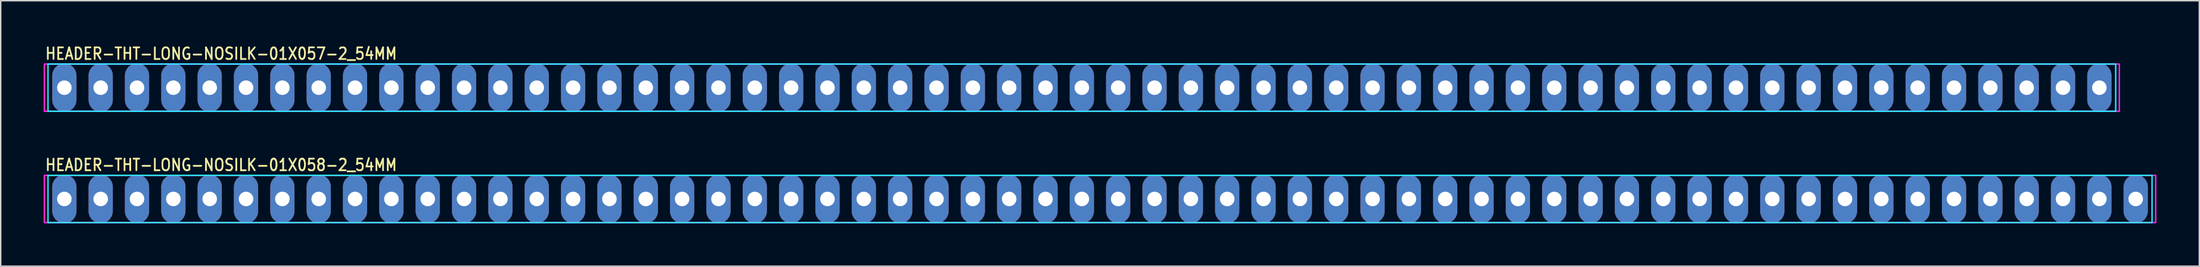
<source format=kicad_pcb>
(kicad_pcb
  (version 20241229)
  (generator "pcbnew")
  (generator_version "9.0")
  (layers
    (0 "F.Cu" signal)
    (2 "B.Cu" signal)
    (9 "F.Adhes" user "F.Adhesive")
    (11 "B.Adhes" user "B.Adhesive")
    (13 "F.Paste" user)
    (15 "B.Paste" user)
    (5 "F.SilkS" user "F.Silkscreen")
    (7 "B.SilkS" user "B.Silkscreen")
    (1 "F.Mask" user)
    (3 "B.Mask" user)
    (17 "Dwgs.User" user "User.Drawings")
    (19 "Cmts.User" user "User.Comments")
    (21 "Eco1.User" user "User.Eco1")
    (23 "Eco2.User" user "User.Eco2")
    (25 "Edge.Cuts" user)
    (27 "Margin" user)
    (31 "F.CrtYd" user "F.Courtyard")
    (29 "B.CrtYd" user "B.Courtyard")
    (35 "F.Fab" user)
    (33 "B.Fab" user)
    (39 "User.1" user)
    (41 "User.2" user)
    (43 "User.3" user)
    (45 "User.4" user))
  (footprint "HEADER-THT-LONG-NOSILK-01X058-2_54MM"
    (layer "F.Cu")
    (at 1.447 10.858)
    (property "Reference" "HEADER-THT-LONG-NOSILK-01X058-2_54MM" (at -1.4 -1.9 0) (unlocked yes) (layer "F.SilkS") (effects (font (size 0.813 0.695) (thickness 0.122)) (justify left bottom)))
    (fp_poly (pts (xy -1.143 -1.651) (xy 145.923 -1.651) (xy 145.923 1.651) (xy -1.143 1.651)) (stroke (width 0.1) (type solid)) (fill no) (layer "B.CrtYd"))
    (fp_poly (pts (xy -1.397 -1.651) (xy 146.177 -1.651) (xy 146.177 1.651) (xy -1.397 1.651)) (stroke (width 0.1) (type solid)) (fill no) (layer "F.CrtYd"))
    (pad "1" thru_hole oval (at 0 0 90) (size 3.387 1.693) (drill 1.016) (layers "*.Cu" "*.Mask"))
    (pad "2" thru_hole oval (at 2.54 0 90) (size 3.387 1.693) (drill 1.016) (layers "*.Cu" "*.Mask"))
    (pad "3" thru_hole oval (at 5.08 0 90) (size 3.387 1.693) (drill 1.016) (layers "*.Cu" "*.Mask"))
    (pad "4" thru_hole oval (at 7.62 0 90) (size 3.387 1.693) (drill 1.016) (layers "*.Cu" "*.Mask"))
    (pad "5" thru_hole oval (at 10.16 0 90) (size 3.387 1.693) (drill 1.016) (layers "*.Cu" "*.Mask"))
    (pad "6" thru_hole oval (at 12.7 0 90) (size 3.387 1.693) (drill 1.016) (layers "*.Cu" "*.Mask"))
    (pad "7" thru_hole oval (at 15.24 0 90) (size 3.387 1.693) (drill 1.016) (layers "*.Cu" "*.Mask"))
    (pad "8" thru_hole oval (at 17.78 0 90) (size 3.387 1.693) (drill 1.016) (layers "*.Cu" "*.Mask"))
    (pad "9" thru_hole oval (at 20.32 0 90) (size 3.387 1.693) (drill 1.016) (layers "*.Cu" "*.Mask"))
    (pad "10" thru_hole oval (at 22.86 0 90) (size 3.387 1.693) (drill 1.016) (layers "*.Cu" "*.Mask"))
    (pad "11" thru_hole oval (at 25.4 0 90) (size 3.387 1.693) (drill 1.016) (layers "*.Cu" "*.Mask"))
    (pad "12" thru_hole oval (at 27.94 0 90) (size 3.387 1.693) (drill 1.016) (layers "*.Cu" "*.Mask"))
    (pad "13" thru_hole oval (at 30.48 0 90) (size 3.387 1.693) (drill 1.016) (layers "*.Cu" "*.Mask"))
    (pad "14" thru_hole oval (at 33.02 0 90) (size 3.387 1.693) (drill 1.016) (layers "*.Cu" "*.Mask"))
    (pad "15" thru_hole oval (at 35.56 0 90) (size 3.387 1.693) (drill 1.016) (layers "*.Cu" "*.Mask"))
    (pad "16" thru_hole oval (at 38.1 0 90) (size 3.387 1.693) (drill 1.016) (layers "*.Cu" "*.Mask"))
    (pad "17" thru_hole oval (at 40.64 0 90) (size 3.387 1.693) (drill 1.016) (layers "*.Cu" "*.Mask"))
    (pad "18" thru_hole oval (at 43.18 0 90) (size 3.387 1.693) (drill 1.016) (layers "*.Cu" "*.Mask"))
    (pad "19" thru_hole oval (at 45.72 0 90) (size 3.387 1.693) (drill 1.016) (layers "*.Cu" "*.Mask"))
    (pad "20" thru_hole oval (at 48.26 0 90) (size 3.387 1.693) (drill 1.016) (layers "*.Cu" "*.Mask"))
    (pad "21" thru_hole oval (at 50.8 0 90) (size 3.387 1.693) (drill 1.016) (layers "*.Cu" "*.Mask"))
    (pad "22" thru_hole oval (at 53.34 0 90) (size 3.387 1.693) (drill 1.016) (layers "*.Cu" "*.Mask"))
    (pad "23" thru_hole oval (at 55.88 0 90) (size 3.387 1.693) (drill 1.016) (layers "*.Cu" "*.Mask"))
    (pad "24" thru_hole oval (at 58.42 0 90) (size 3.387 1.693) (drill 1.016) (layers "*.Cu" "*.Mask"))
    (pad "25" thru_hole oval (at 60.96 0 90) (size 3.387 1.693) (drill 1.016) (layers "*.Cu" "*.Mask"))
    (pad "26" thru_hole oval (at 63.5 0 90) (size 3.387 1.693) (drill 1.016) (layers "*.Cu" "*.Mask"))
    (pad "27" thru_hole oval (at 66.04 0 90) (size 3.387 1.693) (drill 1.016) (layers "*.Cu" "*.Mask"))
    (pad "28" thru_hole oval (at 68.58 0 90) (size 3.387 1.693) (drill 1.016) (layers "*.Cu" "*.Mask"))
    (pad "29" thru_hole oval (at 71.12 0 90) (size 3.387 1.693) (drill 1.016) (layers "*.Cu" "*.Mask"))
    (pad "30" thru_hole oval (at 73.66 0 90) (size 3.387 1.693) (drill 1.016) (layers "*.Cu" "*.Mask"))
    (pad "31" thru_hole oval (at 76.2 0 90) (size 3.387 1.693) (drill 1.016) (layers "*.Cu" "*.Mask"))
    (pad "32" thru_hole oval (at 78.74 0 90) (size 3.387 1.693) (drill 1.016) (layers "*.Cu" "*.Mask"))
    (pad "33" thru_hole oval (at 81.28 0 90) (size 3.387 1.693) (drill 1.016) (layers "*.Cu" "*.Mask"))
    (pad "34" thru_hole oval (at 83.82 0 90) (size 3.387 1.693) (drill 1.016) (layers "*.Cu" "*.Mask"))
    (pad "35" thru_hole oval (at 86.36 0 90) (size 3.387 1.693) (drill 1.016) (layers "*.Cu" "*.Mask"))
    (pad "36" thru_hole oval (at 88.9 0 90) (size 3.387 1.693) (drill 1.016) (layers "*.Cu" "*.Mask"))
    (pad "37" thru_hole oval (at 91.44 0 90) (size 3.387 1.693) (drill 1.016) (layers "*.Cu" "*.Mask"))
    (pad "38" thru_hole oval (at 93.98 0 90) (size 3.387 1.693) (drill 1.016) (layers "*.Cu" "*.Mask"))
    (pad "39" thru_hole oval (at 96.52 0 90) (size 3.387 1.693) (drill 1.016) (layers "*.Cu" "*.Mask"))
    (pad "40" thru_hole oval (at 99.06 0 90) (size 3.387 1.693) (drill 1.016) (layers "*.Cu" "*.Mask"))
    (pad "41" thru_hole oval (at 101.6 0 90) (size 3.387 1.693) (drill 1.016) (layers "*.Cu" "*.Mask"))
    (pad "42" thru_hole oval (at 104.14 0 90) (size 3.387 1.693) (drill 1.016) (layers "*.Cu" "*.Mask"))
    (pad "43" thru_hole oval (at 106.68 0 90) (size 3.387 1.693) (drill 1.016) (layers "*.Cu" "*.Mask"))
    (pad "44" thru_hole oval (at 109.22 0 90) (size 3.387 1.693) (drill 1.016) (layers "*.Cu" "*.Mask"))
    (pad "45" thru_hole oval (at 111.76 0 90) (size 3.387 1.693) (drill 1.016) (layers "*.Cu" "*.Mask"))
    (pad "46" thru_hole oval (at 114.3 0 90) (size 3.387 1.693) (drill 1.016) (layers "*.Cu" "*.Mask"))
    (pad "47" thru_hole oval (at 116.84 0 90) (size 3.387 1.693) (drill 1.016) (layers "*.Cu" "*.Mask"))
    (pad "48" thru_hole oval (at 119.38 0 90) (size 3.387 1.693) (drill 1.016) (layers "*.Cu" "*.Mask"))
    (pad "49" thru_hole oval (at 121.92 0 90) (size 3.387 1.693) (drill 1.016) (layers "*.Cu" "*.Mask"))
    (pad "50" thru_hole oval (at 124.46 0 90) (size 3.387 1.693) (drill 1.016) (layers "*.Cu" "*.Mask"))
    (pad "51" thru_hole oval (at 127 0 90) (size 3.387 1.693) (drill 1.016) (layers "*.Cu" "*.Mask"))
    (pad "52" thru_hole oval (at 129.54 0 90) (size 3.387 1.693) (drill 1.016) (layers "*.Cu" "*.Mask"))
    (pad "53" thru_hole oval (at 132.08 0 90) (size 3.387 1.693) (drill 1.016) (layers "*.Cu" "*.Mask"))
    (pad "54" thru_hole oval (at 134.62 0 90) (size 3.387 1.693) (drill 1.016) (layers "*.Cu" "*.Mask"))
    (pad "55" thru_hole oval (at 137.16 0 90) (size 3.387 1.693) (drill 1.016) (layers "*.Cu" "*.Mask"))
    (pad "56" thru_hole oval (at 139.7 0 90) (size 3.387 1.693) (drill 1.016) (layers "*.Cu" "*.Mask"))
    (pad "57" thru_hole oval (at 142.24 0 90) (size 3.387 1.693) (drill 1.016) (layers "*.Cu" "*.Mask"))
    (pad "58" thru_hole oval (at 144.78 0 90) (size 3.387 1.693) (drill 1.016) (layers "*.Cu" "*.Mask")))
  (footprint "HEADER-THT-LONG-NOSILK-01X057-2_54MM"
    (layer "F.Cu")
    (at 1.447 3.079)
    (property "Reference" "HEADER-THT-LONG-NOSILK-01X057-2_54MM" (at -1.4 -1.9 0) (unlocked yes) (layer "F.SilkS") (effects (font (size 0.813 0.695) (thickness 0.122)) (justify left bottom)))
    (fp_poly (pts (xy -1.143 -1.651) (xy 143.383 -1.651) (xy 143.383 1.651) (xy -1.143 1.651)) (stroke (width 0.1) (type solid)) (fill no) (layer "B.CrtYd"))
    (fp_poly (pts (xy -1.397 -1.651) (xy 143.637 -1.651) (xy 143.637 1.651) (xy -1.397 1.651)) (stroke (width 0.1) (type solid)) (fill no) (layer "F.CrtYd"))
    (pad "1" thru_hole oval (at 0 0 90) (size 3.387 1.693) (drill 1.016) (layers "*.Cu" "*.Mask"))
    (pad "2" thru_hole oval (at 2.54 0 90) (size 3.387 1.693) (drill 1.016) (layers "*.Cu" "*.Mask"))
    (pad "3" thru_hole oval (at 5.08 0 90) (size 3.387 1.693) (drill 1.016) (layers "*.Cu" "*.Mask"))
    (pad "4" thru_hole oval (at 7.62 0 90) (size 3.387 1.693) (drill 1.016) (layers "*.Cu" "*.Mask"))
    (pad "5" thru_hole oval (at 10.16 0 90) (size 3.387 1.693) (drill 1.016) (layers "*.Cu" "*.Mask"))
    (pad "6" thru_hole oval (at 12.7 0 90) (size 3.387 1.693) (drill 1.016) (layers "*.Cu" "*.Mask"))
    (pad "7" thru_hole oval (at 15.24 0 90) (size 3.387 1.693) (drill 1.016) (layers "*.Cu" "*.Mask"))
    (pad "8" thru_hole oval (at 17.78 0 90) (size 3.387 1.693) (drill 1.016) (layers "*.Cu" "*.Mask"))
    (pad "9" thru_hole oval (at 20.32 0 90) (size 3.387 1.693) (drill 1.016) (layers "*.Cu" "*.Mask"))
    (pad "10" thru_hole oval (at 22.86 0 90) (size 3.387 1.693) (drill 1.016) (layers "*.Cu" "*.Mask"))
    (pad "11" thru_hole oval (at 25.4 0 90) (size 3.387 1.693) (drill 1.016) (layers "*.Cu" "*.Mask"))
    (pad "12" thru_hole oval (at 27.94 0 90) (size 3.387 1.693) (drill 1.016) (layers "*.Cu" "*.Mask"))
    (pad "13" thru_hole oval (at 30.48 0 90) (size 3.387 1.693) (drill 1.016) (layers "*.Cu" "*.Mask"))
    (pad "14" thru_hole oval (at 33.02 0 90) (size 3.387 1.693) (drill 1.016) (layers "*.Cu" "*.Mask"))
    (pad "15" thru_hole oval (at 35.56 0 90) (size 3.387 1.693) (drill 1.016) (layers "*.Cu" "*.Mask"))
    (pad "16" thru_hole oval (at 38.1 0 90) (size 3.387 1.693) (drill 1.016) (layers "*.Cu" "*.Mask"))
    (pad "17" thru_hole oval (at 40.64 0 90) (size 3.387 1.693) (drill 1.016) (layers "*.Cu" "*.Mask"))
    (pad "18" thru_hole oval (at 43.18 0 90) (size 3.387 1.693) (drill 1.016) (layers "*.Cu" "*.Mask"))
    (pad "19" thru_hole oval (at 45.72 0 90) (size 3.387 1.693) (drill 1.016) (layers "*.Cu" "*.Mask"))
    (pad "20" thru_hole oval (at 48.26 0 90) (size 3.387 1.693) (drill 1.016) (layers "*.Cu" "*.Mask"))
    (pad "21" thru_hole oval (at 50.8 0 90) (size 3.387 1.693) (drill 1.016) (layers "*.Cu" "*.Mask"))
    (pad "22" thru_hole oval (at 53.34 0 90) (size 3.387 1.693) (drill 1.016) (layers "*.Cu" "*.Mask"))
    (pad "23" thru_hole oval (at 55.88 0 90) (size 3.387 1.693) (drill 1.016) (layers "*.Cu" "*.Mask"))
    (pad "24" thru_hole oval (at 58.42 0 90) (size 3.387 1.693) (drill 1.016) (layers "*.Cu" "*.Mask"))
    (pad "25" thru_hole oval (at 60.96 0 90) (size 3.387 1.693) (drill 1.016) (layers "*.Cu" "*.Mask"))
    (pad "26" thru_hole oval (at 63.5 0 90) (size 3.387 1.693) (drill 1.016) (layers "*.Cu" "*.Mask"))
    (pad "27" thru_hole oval (at 66.04 0 90) (size 3.387 1.693) (drill 1.016) (layers "*.Cu" "*.Mask"))
    (pad "28" thru_hole oval (at 68.58 0 90) (size 3.387 1.693) (drill 1.016) (layers "*.Cu" "*.Mask"))
    (pad "29" thru_hole oval (at 71.12 0 90) (size 3.387 1.693) (drill 1.016) (layers "*.Cu" "*.Mask"))
    (pad "30" thru_hole oval (at 73.66 0 90) (size 3.387 1.693) (drill 1.016) (layers "*.Cu" "*.Mask"))
    (pad "31" thru_hole oval (at 76.2 0 90) (size 3.387 1.693) (drill 1.016) (layers "*.Cu" "*.Mask"))
    (pad "32" thru_hole oval (at 78.74 0 90) (size 3.387 1.693) (drill 1.016) (layers "*.Cu" "*.Mask"))
    (pad "33" thru_hole oval (at 81.28 0 90) (size 3.387 1.693) (drill 1.016) (layers "*.Cu" "*.Mask"))
    (pad "34" thru_hole oval (at 83.82 0 90) (size 3.387 1.693) (drill 1.016) (layers "*.Cu" "*.Mask"))
    (pad "35" thru_hole oval (at 86.36 0 90) (size 3.387 1.693) (drill 1.016) (layers "*.Cu" "*.Mask"))
    (pad "36" thru_hole oval (at 88.9 0 90) (size 3.387 1.693) (drill 1.016) (layers "*.Cu" "*.Mask"))
    (pad "37" thru_hole oval (at 91.44 0 90) (size 3.387 1.693) (drill 1.016) (layers "*.Cu" "*.Mask"))
    (pad "38" thru_hole oval (at 93.98 0 90) (size 3.387 1.693) (drill 1.016) (layers "*.Cu" "*.Mask"))
    (pad "39" thru_hole oval (at 96.52 0 90) (size 3.387 1.693) (drill 1.016) (layers "*.Cu" "*.Mask"))
    (pad "40" thru_hole oval (at 99.06 0 90) (size 3.387 1.693) (drill 1.016) (layers "*.Cu" "*.Mask"))
    (pad "41" thru_hole oval (at 101.6 0 90) (size 3.387 1.693) (drill 1.016) (layers "*.Cu" "*.Mask"))
    (pad "42" thru_hole oval (at 104.14 0 90) (size 3.387 1.693) (drill 1.016) (layers "*.Cu" "*.Mask"))
    (pad "43" thru_hole oval (at 106.68 0 90) (size 3.387 1.693) (drill 1.016) (layers "*.Cu" "*.Mask"))
    (pad "44" thru_hole oval (at 109.22 0 90) (size 3.387 1.693) (drill 1.016) (layers "*.Cu" "*.Mask"))
    (pad "45" thru_hole oval (at 111.76 0 90) (size 3.387 1.693) (drill 1.016) (layers "*.Cu" "*.Mask"))
    (pad "46" thru_hole oval (at 114.3 0 90) (size 3.387 1.693) (drill 1.016) (layers "*.Cu" "*.Mask"))
    (pad "47" thru_hole oval (at 116.84 0 90) (size 3.387 1.693) (drill 1.016) (layers "*.Cu" "*.Mask"))
    (pad "48" thru_hole oval (at 119.38 0 90) (size 3.387 1.693) (drill 1.016) (layers "*.Cu" "*.Mask"))
    (pad "49" thru_hole oval (at 121.92 0 90) (size 3.387 1.693) (drill 1.016) (layers "*.Cu" "*.Mask"))
    (pad "50" thru_hole oval (at 124.46 0 90) (size 3.387 1.693) (drill 1.016) (layers "*.Cu" "*.Mask"))
    (pad "51" thru_hole oval (at 127 0 90) (size 3.387 1.693) (drill 1.016) (layers "*.Cu" "*.Mask"))
    (pad "52" thru_hole oval (at 129.54 0 90) (size 3.387 1.693) (drill 1.016) (layers "*.Cu" "*.Mask"))
    (pad "53" thru_hole oval (at 132.08 0 90) (size 3.387 1.693) (drill 1.016) (layers "*.Cu" "*.Mask"))
    (pad "54" thru_hole oval (at 134.62 0 90) (size 3.387 1.693) (drill 1.016) (layers "*.Cu" "*.Mask"))
    (pad "55" thru_hole oval (at 137.16 0 90) (size 3.387 1.693) (drill 1.016) (layers "*.Cu" "*.Mask"))
    (pad "56" thru_hole oval (at 139.7 0 90) (size 3.387 1.693) (drill 1.016) (layers "*.Cu" "*.Mask"))
    (pad "57" thru_hole oval (at 142.24 0 90) (size 3.387 1.693) (drill 1.016) (layers "*.Cu" "*.Mask")))
  (gr_rect
    (start -3 -3)
    (end 150.674 15.559)
    (stroke (width 0.1) (type default))
    (fill no)
    (layer "Edge.Cuts")))
</source>
